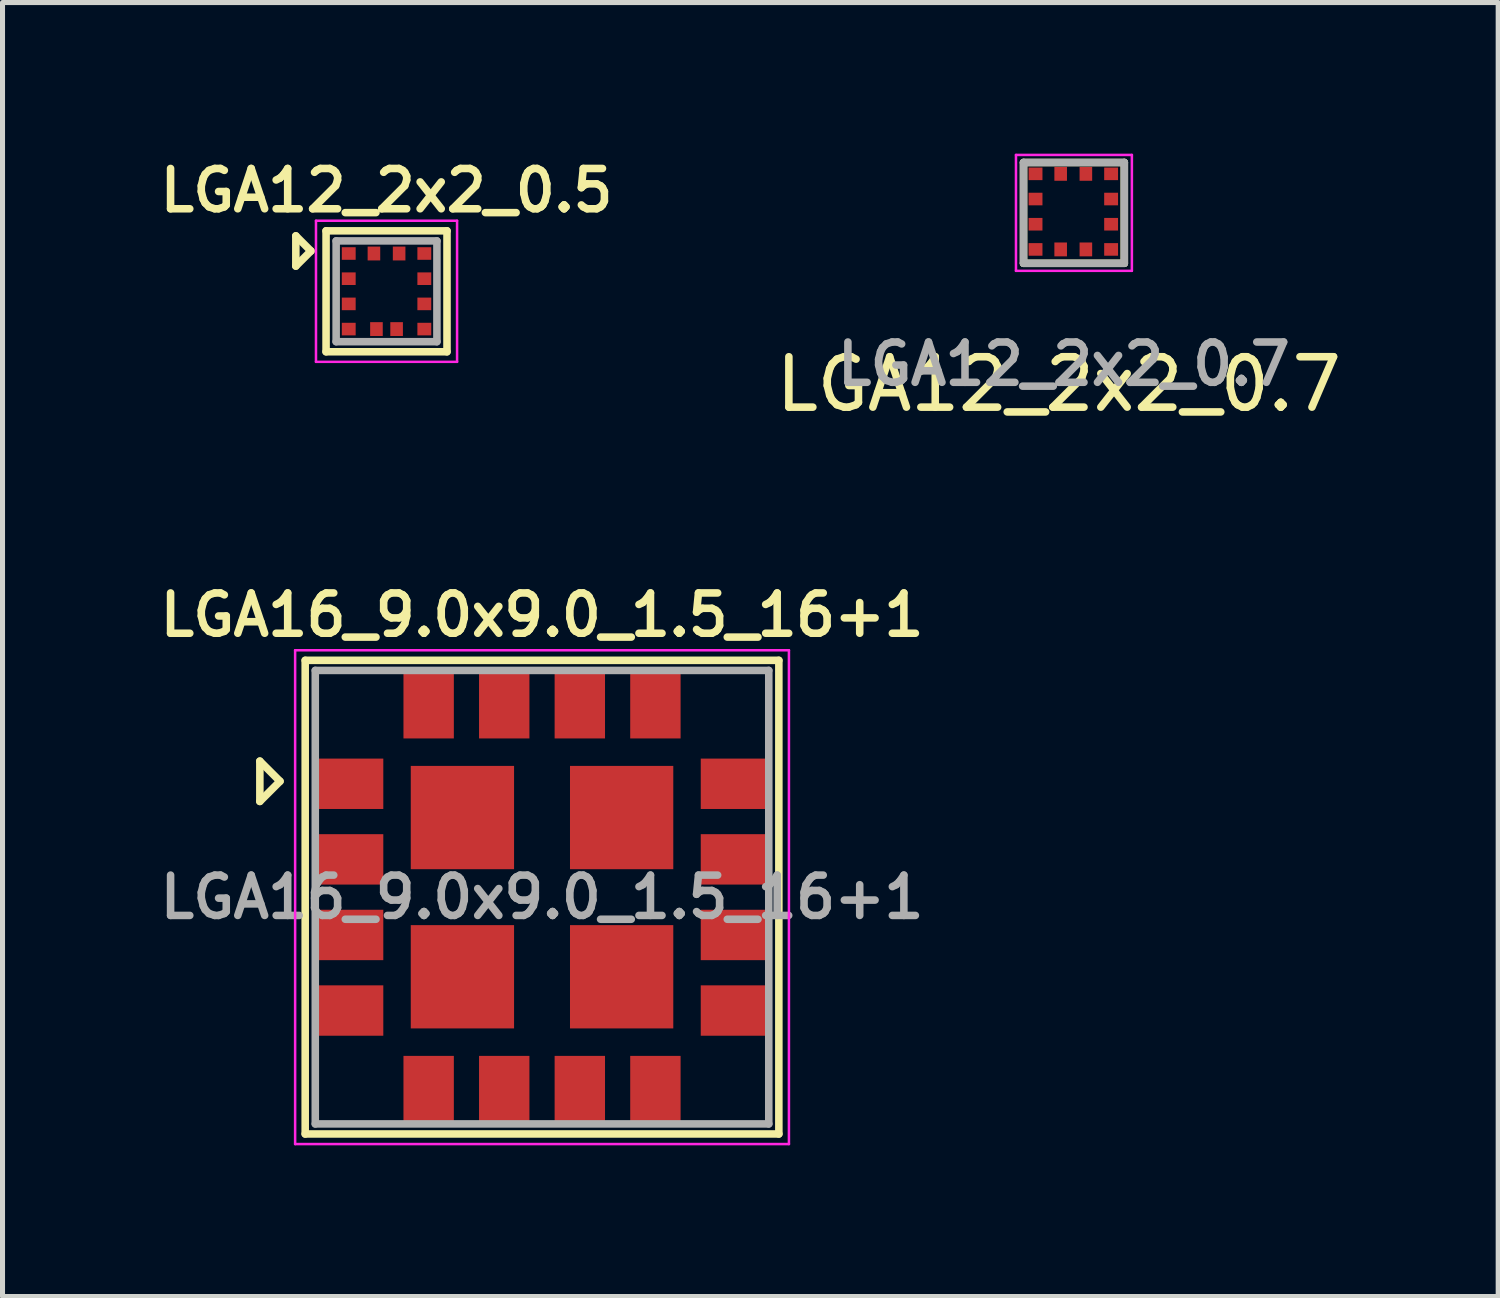
<source format=kicad_pcb>
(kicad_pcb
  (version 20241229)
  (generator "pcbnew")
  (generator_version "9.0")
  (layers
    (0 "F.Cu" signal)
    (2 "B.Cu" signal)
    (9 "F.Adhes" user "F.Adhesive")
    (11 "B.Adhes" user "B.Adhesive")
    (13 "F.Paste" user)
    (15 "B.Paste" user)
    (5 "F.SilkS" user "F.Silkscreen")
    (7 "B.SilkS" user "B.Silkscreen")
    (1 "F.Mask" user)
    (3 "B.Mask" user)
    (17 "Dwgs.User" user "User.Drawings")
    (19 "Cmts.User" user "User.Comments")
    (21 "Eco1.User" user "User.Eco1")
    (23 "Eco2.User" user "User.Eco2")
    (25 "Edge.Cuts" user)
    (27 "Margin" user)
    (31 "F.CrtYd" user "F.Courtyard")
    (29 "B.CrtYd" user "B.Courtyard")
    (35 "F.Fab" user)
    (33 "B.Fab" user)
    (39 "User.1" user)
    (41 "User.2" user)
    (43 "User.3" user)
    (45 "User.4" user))
  (footprint "LGA16_9.0x9.0_1.5_16+1"
    (layer "F.Cu")
    (at 7.707 14.755)
    (property "Reference" "LGA16_9.0x9.0_1.5_16+1" (at 0 -5.6 0) (layer "F.SilkS") (effects (font (size 0.8 0.8) (thickness 0.15))))
    (attr through_hole)
    (fp_line (start -5.6 -2.7) (end -5.6 -1.9) (stroke (width 0.15) (type solid)) (layer "F.SilkS"))
    (fp_line (start -5.6 -1.9) (end -5.2 -2.3) (stroke (width 0.15) (type solid)) (layer "F.SilkS"))
    (fp_line (start -5.2 -2.3) (end -5.6 -2.7) (stroke (width 0.15) (type solid)) (layer "F.SilkS"))
    (fp_line (start -4.7 -4.7) (end 4.7 -4.7) (stroke (width 0.15) (type solid)) (layer "F.SilkS"))
    (fp_line (start -4.7 4.7) (end -4.7 -4.7) (stroke (width 0.15) (type solid)) (layer "F.SilkS"))
    (fp_line (start 4.7 -4.7) (end 4.7 4.7) (stroke (width 0.15) (type solid)) (layer "F.SilkS"))
    (fp_line (start 4.7 4.7) (end -4.7 4.7) (stroke (width 0.15) (type solid)) (layer "F.SilkS"))
    (fp_line (start -4.9 -4.9) (end 4.9 -4.9) (stroke (width 0.05) (type solid)) (layer "F.CrtYd"))
    (fp_line (start -4.9 4.9) (end -4.9 -4.9) (stroke (width 0.05) (type solid)) (layer "F.CrtYd"))
    (fp_line (start 4.9 -4.9) (end 4.9 4.9) (stroke (width 0.05) (type solid)) (layer "F.CrtYd"))
    (fp_line (start 4.9 4.9) (end -4.9 4.9) (stroke (width 0.05) (type solid)) (layer "F.CrtYd"))
    (fp_line (start -4.5 -4.5) (end 4.5 -4.5) (stroke (width 0.15) (type solid)) (layer "F.Fab"))
    (fp_line (start -4.5 4.5) (end -4.5 -4.5) (stroke (width 0.15) (type solid)) (layer "F.Fab"))
    (fp_line (start 4.5 -4.5) (end 4.5 4.5) (stroke (width 0.15) (type solid)) (layer "F.Fab"))
    (fp_line (start 4.5 4.5) (end -4.5 4.5) (stroke (width 0.15) (type solid)) (layer "F.Fab"))
    (fp_text user "${REFERENCE}" (at 0 0 0) (layer "F.Fab") (effects (font (size 0.8 0.8) (thickness 0.15))))
    (pad "1" smd rect (at -3.8 -2.25 90) (size 1 1.3) (layers "F.Cu" "F.Mask" "F.Paste"))
    (pad "2" smd rect (at -3.8 -0.75 90) (size 1 1.3) (layers "F.Cu" "F.Mask" "F.Paste"))
    (pad "3" smd rect (at -3.8 0.75 90) (size 1 1.3) (layers "F.Cu" "F.Mask" "F.Paste"))
    (pad "4" smd rect (at -3.8 2.25 90) (size 1 1.3) (layers "F.Cu" "F.Mask" "F.Paste"))
    (pad "5" smd rect (at -2.25 3.8 180) (size 1 1.3) (layers "F.Cu" "F.Mask" "F.Paste"))
    (pad "6" smd rect (at -0.75 3.8 180) (size 1 1.3) (layers "F.Cu" "F.Mask" "F.Paste"))
    (pad "7" smd rect (at 0.75 3.8 180) (size 1 1.3) (layers "F.Cu" "F.Mask" "F.Paste"))
    (pad "8" smd rect (at 2.25 3.8 180) (size 1 1.3) (layers "F.Cu" "F.Mask" "F.Paste"))
    (pad "9" smd rect (at 3.8 2.25 270) (size 1 1.3) (layers "F.Cu" "F.Mask" "F.Paste"))
    (pad "10" smd rect (at 3.8 0.75 90) (size 1 1.3) (layers "F.Cu" "F.Mask" "F.Paste"))
    (pad "11" smd rect (at 3.8 -0.75 90) (size 1 1.3) (layers "F.Cu" "F.Mask" "F.Paste"))
    (pad "12" smd rect (at 3.8 -2.25 90) (size 1 1.3) (layers "F.Cu" "F.Mask" "F.Paste"))
    (pad "13" smd rect (at 2.25 -3.8 180) (size 1 1.3) (layers "F.Cu" "F.Mask" "F.Paste"))
    (pad "14" smd rect (at 0.75 -3.8 180) (size 1 1.3) (layers "F.Cu" "F.Mask" "F.Paste"))
    (pad "15" smd rect (at -0.75 -3.8 180) (size 1 1.3) (layers "F.Cu" "F.Mask" "F.Paste"))
    (pad "16" smd rect (at -2.25 -3.8 180) (size 1 1.3) (layers "F.Cu" "F.Mask" "F.Paste"))
    (pad "17" smd rect (at -1.58 -1.58 180) (size 2.05 2.05) (layers "F.Cu" "F.Mask" "F.Paste"))
    (pad "17" smd rect (at -1.58 1.58 180) (size 2.05 2.05) (layers "F.Cu" "F.Mask" "F.Paste"))
    (pad "17" smd rect (at 1.58 -1.58 180) (size 2.05 2.05) (layers "F.Cu" "F.Mask" "F.Paste"))
    (pad "17" smd rect (at 1.58 1.58 180) (size 2.05 2.05) (layers "F.Cu" "F.Mask" "F.Paste")))
  (footprint "LGA12_2x2_0.5"
    (layer "F.Cu")
    (at 4.621 2.731)
    (property "Reference" "LGA12_2x2_0.5" (at 0 -2 0) (layer "F.SilkS") (effects (font (size 0.8 0.8) (thickness 0.15))))
    (attr smd)
    (fp_line (start -1.8 -1.1) (end -1.8 -0.5) (stroke (width 0.15) (type solid)) (layer "F.SilkS"))
    (fp_line (start -1.8 -0.5) (end -1.5 -0.8) (stroke (width 0.15) (type solid)) (layer "F.SilkS"))
    (fp_line (start -1.5 -0.8) (end -1.8 -1.1) (stroke (width 0.15) (type solid)) (layer "F.SilkS"))
    (fp_line (start -1.2 -1.2) (end -1.2 1.2) (stroke (width 0.15) (type solid)) (layer "F.SilkS"))
    (fp_line (start -1.2 -1.2) (end 1.2 -1.2) (stroke (width 0.15) (type solid)) (layer "F.SilkS"))
    (fp_line (start 1.2 -1.2) (end 1.2 1.2) (stroke (width 0.15) (type solid)) (layer "F.SilkS"))
    (fp_line (start 1.2 1.2) (end -1.2 1.2) (stroke (width 0.15) (type solid)) (layer "F.SilkS"))
    (fp_line (start -1.4 -1.4) (end 1.4 -1.4) (stroke (width 0.05) (type solid)) (layer "F.CrtYd"))
    (fp_line (start -1.4 1.4) (end -1.4 -1.4) (stroke (width 0.05) (type solid)) (layer "F.CrtYd"))
    (fp_line (start 1.4 -1.4) (end 1.4 1.4) (stroke (width 0.05) (type solid)) (layer "F.CrtYd"))
    (fp_line (start 1.4 1.4) (end -1.4 1.4) (stroke (width 0.05) (type solid)) (layer "F.CrtYd"))
    (fp_line (start -1 -1) (end -1 1) (stroke (width 0.15) (type solid)) (layer "F.Fab"))
    (fp_line (start -1 1) (end 1 1) (stroke (width 0.15) (type solid)) (layer "F.Fab"))
    (fp_line (start 1 -1) (end -1 -1) (stroke (width 0.15) (type solid)) (layer "F.Fab"))
    (fp_line (start 1 1) (end 1 -1) (stroke (width 0.15) (type solid)) (layer "F.Fab"))
    (pad "1" smd rect (at -0.75 -0.75) (size 0.275 0.25) (layers "F.Cu" "F.Mask" "F.Paste"))
    (pad "2" smd rect (at -0.75 -0.25) (size 0.275 0.25) (layers "F.Cu" "F.Mask" "F.Paste"))
    (pad "3" smd rect (at -0.75 0.25) (size 0.275 0.25) (layers "F.Cu" "F.Mask" "F.Paste"))
    (pad "4" smd rect (at -0.75 0.75) (size 0.275 0.25) (layers "F.Cu" "F.Mask" "F.Paste"))
    (pad "5" smd rect (at -0.2 0.75 90) (size 0.275 0.25) (layers "F.Cu" "F.Mask" "F.Paste"))
    (pad "6" smd rect (at 0.2 0.75 90) (size 0.275 0.25) (layers "F.Cu" "F.Mask" "F.Paste"))
    (pad "7" smd rect (at 0.75 0.75 180) (size 0.275 0.25) (layers "F.Cu" "F.Mask" "F.Paste"))
    (pad "8" smd rect (at 0.75 0.25) (size 0.275 0.25) (layers "F.Cu" "F.Mask" "F.Paste"))
    (pad "9" smd rect (at 0.75 -0.25) (size 0.275 0.25) (layers "F.Cu" "F.Mask" "F.Paste"))
    (pad "10" smd rect (at 0.75 -0.75) (size 0.275 0.25) (layers "F.Cu" "F.Mask" "F.Paste"))
    (pad "11" smd rect (at 0.25 -0.75 90) (size 0.275 0.25) (layers "F.Cu" "F.Mask" "F.Paste"))
    (pad "12" smd rect (at -0.25 -0.75 90) (size 0.275 0.25) (layers "F.Cu" "F.Mask" "F.Paste")))
  (footprint "LGA12_2x2_0.7"
    (layer "F.Cu")
    (at 18.263 1.175)
    (property "Reference" "LGA12_2x2_0.7" (at -0.3 3.4 0) (layer "F.SilkS") (effects (font (size 1 1) (thickness 0.15))))
    (attr through_hole)
    (fp_line (start -1 -1) (end 1 -1) (stroke (width 0.15) (type solid)) (layer "F.SilkS"))
    (fp_line (start -1 1) (end -1 -1) (stroke (width 0.15) (type solid)) (layer "F.SilkS"))
    (fp_line (start -1 1) (end 1 1) (stroke (width 0.15) (type solid)) (layer "F.SilkS"))
    (fp_line (start 1 -1) (end 1 1) (stroke (width 0.15) (type solid)) (layer "F.SilkS"))
    (fp_line (start -1.15 -1.15) (end -1.15 1.15) (stroke (width 0.05) (type solid)) (layer "F.CrtYd"))
    (fp_line (start -1.15 -1.15) (end 1.15 -1.15) (stroke (width 0.05) (type solid)) (layer "F.CrtYd"))
    (fp_line (start -1.15 1.15) (end 1.15 1.15) (stroke (width 0.05) (type solid)) (layer "F.CrtYd"))
    (fp_line (start 1.15 -1.15) (end 1.15 1.15) (stroke (width 0.05) (type solid)) (layer "F.CrtYd"))
    (fp_line (start -1 -1) (end 1 -1) (stroke (width 0.15) (type solid)) (layer "F.Fab"))
    (fp_line (start -1 1) (end -1 -1) (stroke (width 0.15) (type solid)) (layer "F.Fab"))
    (fp_line (start 1 -1) (end 1 1) (stroke (width 0.15) (type solid)) (layer "F.Fab"))
    (fp_line (start 1 1) (end -1 1) (stroke (width 0.15) (type solid)) (layer "F.Fab"))
    (fp_text user "${REFERENCE}" (at -0.2 3 0) (layer "F.Fab") (effects (font (size 0.8 0.8) (thickness 0.15))))
    (pad "1" smd rect (at -0.762 -0.775) (size 0.275 0.25) (layers "F.Cu" "F.Mask" "F.Paste"))
    (pad "2" smd rect (at -0.762 -0.275) (size 0.275 0.25) (layers "F.Cu" "F.Mask" "F.Paste"))
    (pad "3" smd rect (at -0.762 0.225) (size 0.275 0.25) (layers "F.Cu" "F.Mask" "F.Paste"))
    (pad "4" smd rect (at -0.762 0.725) (size 0.275 0.25) (layers "F.Cu" "F.Mask" "F.Paste"))
    (pad "5" smd rect (at -0.263 0.725) (size 0.25 0.275) (layers "F.Cu" "F.Mask" "F.Paste"))
    (pad "6" smd rect (at 0.237 0.725) (size 0.25 0.275) (layers "F.Cu" "F.Mask" "F.Paste"))
    (pad "7" smd rect (at 0.738 0.725) (size 0.275 0.25) (layers "F.Cu" "F.Mask" "F.Paste"))
    (pad "8" smd rect (at 0.738 0.225) (size 0.275 0.25) (layers "F.Cu" "F.Mask" "F.Paste"))
    (pad "9" smd rect (at 0.738 -0.275) (size 0.275 0.25) (layers "F.Cu" "F.Mask" "F.Paste"))
    (pad "10" smd rect (at 0.738 -0.775) (size 0.275 0.25) (layers "F.Cu" "F.Mask" "F.Paste"))
    (pad "11" smd rect (at 0.237 -0.775) (size 0.25 0.275) (layers "F.Cu" "F.Mask" "F.Paste"))
    (pad "12" smd rect (at -0.263 -0.775) (size 0.25 0.275) (layers "F.Cu" "F.Mask" "F.Paste")))
  (gr_rect
    (start -3 -3)
    (end 26.683 22.68)
    (stroke (width 0.1) (type default))
    (fill no)
    (layer "Edge.Cuts")))
</source>
